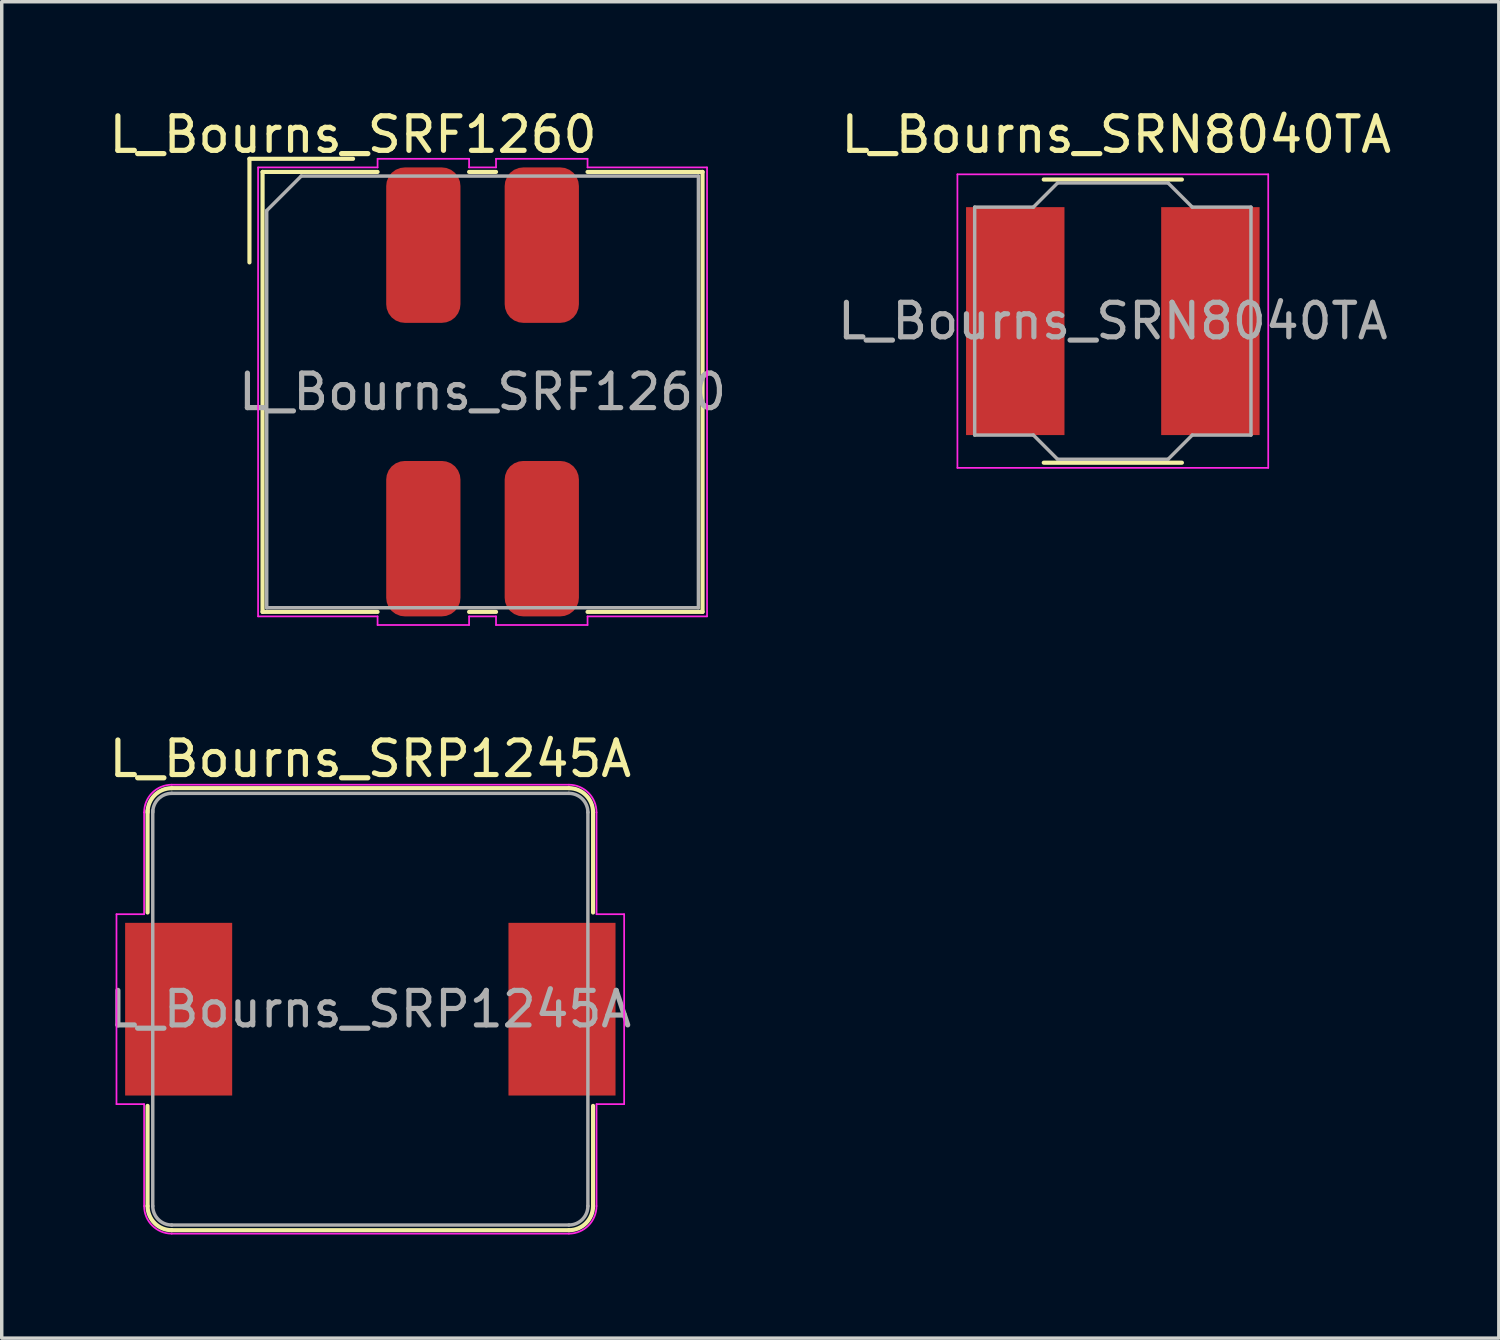
<source format=kicad_pcb>
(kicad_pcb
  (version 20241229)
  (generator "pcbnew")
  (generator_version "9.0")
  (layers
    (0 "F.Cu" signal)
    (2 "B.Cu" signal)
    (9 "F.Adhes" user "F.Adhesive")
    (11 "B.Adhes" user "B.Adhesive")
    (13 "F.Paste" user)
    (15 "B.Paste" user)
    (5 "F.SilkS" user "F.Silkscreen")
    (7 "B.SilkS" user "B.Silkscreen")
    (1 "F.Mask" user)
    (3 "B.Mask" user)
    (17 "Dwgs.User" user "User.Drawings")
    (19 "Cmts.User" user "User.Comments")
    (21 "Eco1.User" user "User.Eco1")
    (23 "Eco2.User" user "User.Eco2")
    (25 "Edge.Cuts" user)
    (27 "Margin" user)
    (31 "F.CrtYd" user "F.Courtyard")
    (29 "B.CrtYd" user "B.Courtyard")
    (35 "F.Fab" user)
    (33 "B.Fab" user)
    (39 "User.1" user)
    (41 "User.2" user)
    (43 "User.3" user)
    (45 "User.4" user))
  (footprint "L_Bourns_SRN8040TA"
    (layer "F.Cu")
    (at 29.173 6.248)
    (property "Reference" "L_Bourns_SRN8040TA" (at 0.1 -5.4 180) (layer "F.SilkS") (effects (font (size 1 1) (thickness 0.15))))
    (attr smd)
    (fp_line (start 2 -4.1) (end -2 -4.1) (stroke (width 0.12) (type solid)) (layer "F.SilkS"))
    (fp_line (start 2 4.1) (end -2 4.1) (stroke (width 0.12) (type solid)) (layer "F.SilkS"))
    (fp_line (start -4.5 -4.25) (end -4.5 4.25) (stroke (width 0.05) (type solid)) (layer "F.CrtYd"))
    (fp_line (start -4.5 4.25) (end 4.5 4.25) (stroke (width 0.05) (type solid)) (layer "F.CrtYd"))
    (fp_line (start 4.5 -4.25) (end -4.5 -4.25) (stroke (width 0.05) (type solid)) (layer "F.CrtYd"))
    (fp_line (start 4.5 4.25) (end 4.5 -4.25) (stroke (width 0.05) (type solid)) (layer "F.CrtYd"))
    (fp_line (start -4 3.3) (end -4 -3.3) (stroke (width 0.1) (type solid)) (layer "F.Fab"))
    (fp_line (start -2.3 -3.3) (end -4 -3.3) (stroke (width 0.1) (type solid)) (layer "F.Fab"))
    (fp_line (start -2.3 3.3) (end -4 3.3) (stroke (width 0.1) (type solid)) (layer "F.Fab"))
    (fp_line (start -1.6 -4) (end -2.3 -3.3) (stroke (width 0.1) (type solid)) (layer "F.Fab"))
    (fp_line (start -1.6 4) (end -2.3 3.3) (stroke (width 0.1) (type solid)) (layer "F.Fab"))
    (fp_line (start 1.6 -4) (end -1.6 -4) (stroke (width 0.1) (type solid)) (layer "F.Fab"))
    (fp_line (start 1.6 -4) (end 2.3 -3.3) (stroke (width 0.1) (type solid)) (layer "F.Fab"))
    (fp_line (start 1.6 4) (end -1.6 4) (stroke (width 0.1) (type solid)) (layer "F.Fab"))
    (fp_line (start 1.6 4) (end 2.3 3.3) (stroke (width 0.1) (type solid)) (layer "F.Fab"))
    (fp_line (start 2.3 -3.3) (end 4 -3.3) (stroke (width 0.1) (type solid)) (layer "F.Fab"))
    (fp_line (start 2.3 3.3) (end 4 3.3) (stroke (width 0.1) (type solid)) (layer "F.Fab"))
    (fp_line (start 4 -3.3) (end 4 3.3) (stroke (width 0.1) (type solid)) (layer "F.Fab"))
    (fp_text user "${REFERENCE}" (at 0 0 0) (layer "F.Fab") (effects (font (size 1 1) (thickness 0.15))))
    (pad "1" smd rect (at -2.825 0 270) (size 6.6 2.85) (layers "F.Cu" "F.Mask" "F.Paste"))
    (pad "2" smd rect (at 2.825 0 270) (size 6.6 2.85) (layers "F.Cu" "F.Mask" "F.Paste")))
  (footprint "L_Bourns_SRP1245A"
    (layer "F.Cu")
    (at 7.673 26.172)
    (property "Reference" "L_Bourns_SRP1245A" (at 0 -7.25 0) (layer "F.SilkS") (effects (font (size 1 1) (thickness 0.15))))
    (attr smd)
    (fp_line (start -6.45 -5.75) (end -6.45 -2.8) (stroke (width 0.12) (type solid)) (layer "F.SilkS"))
    (fp_line (start -6.45 2.8) (end -6.45 5.7) (stroke (width 0.12) (type solid)) (layer "F.SilkS"))
    (fp_line (start -5.75 -6.4) (end 5.75 -6.4) (stroke (width 0.12) (type solid)) (layer "F.SilkS"))
    (fp_line (start 5.75 6.4) (end -5.75 6.4) (stroke (width 0.12) (type solid)) (layer "F.SilkS"))
    (fp_line (start 6.45 -5.7) (end 6.45 -2.8) (stroke (width 0.12) (type solid)) (layer "F.SilkS"))
    (fp_line (start 6.45 2.8) (end 6.45 5.7) (stroke (width 0.12) (type solid)) (layer "F.SilkS"))
    (fp_arc (start -6.45 -5.7) (mid -6.244975 -6.194975) (end -5.75 -6.4) (stroke (width 0.12) (type solid)) (layer "F.SilkS"))
    (fp_arc (start -5.75 6.4) (mid -6.244975 6.194975) (end -6.45 5.7) (stroke (width 0.12) (type solid)) (layer "F.SilkS"))
    (fp_arc (start 5.75 -6.4) (mid 6.244975 -6.194975) (end 6.45 -5.7) (stroke (width 0.12) (type solid)) (layer "F.SilkS"))
    (fp_arc (start 6.45 5.7) (mid 6.244975 6.194975) (end 5.75 6.4) (stroke (width 0.12) (type solid)) (layer "F.SilkS"))
    (fp_line (start -7.35 -2.75) (end -6.55 -2.75) (stroke (width 0.05) (type solid)) (layer "F.CrtYd"))
    (fp_line (start -7.35 2.75) (end -7.35 -2.75) (stroke (width 0.05) (type solid)) (layer "F.CrtYd"))
    (fp_line (start -7.35 2.75) (end -6.55 2.75) (stroke (width 0.05) (type solid)) (layer "F.CrtYd"))
    (fp_line (start -6.55 -2.75) (end -6.55 -5.7) (stroke (width 0.05) (type solid)) (layer "F.CrtYd"))
    (fp_line (start -6.55 5.7) (end -6.55 2.75) (stroke (width 0.05) (type solid)) (layer "F.CrtYd"))
    (fp_line (start -5.75 -6.5) (end 5.75 -6.5) (stroke (width 0.05) (type solid)) (layer "F.CrtYd"))
    (fp_line (start 5.75 6.5) (end -5.75 6.5) (stroke (width 0.05) (type solid)) (layer "F.CrtYd"))
    (fp_line (start 6.55 -5.7) (end 6.55 -2.75) (stroke (width 0.05) (type solid)) (layer "F.CrtYd"))
    (fp_line (start 6.55 2.75) (end 6.55 5.7) (stroke (width 0.05) (type solid)) (layer "F.CrtYd"))
    (fp_line (start 7.35 -2.75) (end 6.55 -2.75) (stroke (width 0.05) (type solid)) (layer "F.CrtYd"))
    (fp_line (start 7.35 -2.75) (end 7.35 2.75) (stroke (width 0.05) (type solid)) (layer "F.CrtYd"))
    (fp_line (start 7.35 2.75) (end 6.55 2.75) (stroke (width 0.05) (type solid)) (layer "F.CrtYd"))
    (fp_arc (start -6.55 -5.7) (mid -6.315685 -6.265685) (end -5.75 -6.5) (stroke (width 0.05) (type solid)) (layer "F.CrtYd"))
    (fp_arc (start -5.75 6.5) (mid -6.315685 6.265685) (end -6.55 5.7) (stroke (width 0.05) (type solid)) (layer "F.CrtYd"))
    (fp_arc (start 5.75 -6.5) (mid 6.315685 -6.265685) (end 6.55 -5.7) (stroke (width 0.05) (type solid)) (layer "F.CrtYd"))
    (fp_arc (start 6.55 5.7) (mid 6.315685 6.265685) (end 5.75 6.5) (stroke (width 0.05) (type solid)) (layer "F.CrtYd"))
    (fp_line (start -6.3 -5.75) (end -6.3 5.7) (stroke (width 0.1) (type solid)) (layer "F.Fab"))
    (fp_line (start -5.75 -6.25) (end 5.75 -6.25) (stroke (width 0.1) (type solid)) (layer "F.Fab"))
    (fp_line (start 5.75 6.25) (end -5.75 6.25) (stroke (width 0.1) (type solid)) (layer "F.Fab"))
    (fp_line (start 6.3 -5.7) (end 6.3 5.7) (stroke (width 0.1) (type solid)) (layer "F.Fab"))
    (fp_arc (start -6.3 -5.7) (mid -6.138909 -6.088909) (end -5.75 -6.25) (stroke (width 0.1) (type solid)) (layer "F.Fab"))
    (fp_arc (start -5.75 6.25) (mid -6.138909 6.088909) (end -6.3 5.7) (stroke (width 0.1) (type solid)) (layer "F.Fab"))
    (fp_arc (start 5.75 -6.25) (mid 6.138909 -6.088909) (end 6.3 -5.7) (stroke (width 0.1) (type solid)) (layer "F.Fab"))
    (fp_arc (start 6.3 5.7) (mid 6.138909 6.088909) (end 5.75 6.25) (stroke (width 0.1) (type solid)) (layer "F.Fab"))
    (fp_text user "${REFERENCE}" (at 0 0 0) (layer "F.Fab") (effects (font (size 1 1) (thickness 0.15))))
    (pad "1" smd rect (at -5.55 0) (size 3.1 5) (layers "F.Cu" "F.Mask" "F.Paste"))
    (pad "2" smd rect (at 5.55 0) (size 3.1 5) (layers "F.Cu" "F.Mask" "F.Paste")))
  (footprint "L_Bourns_SRF1260"
    (layer "F.Cu")
    (at 10.923 8.298)
    (property "Reference" "L_Bourns_SRF1260" (at -3.75 -7.45 0) (layer "F.SilkS") (effects (font (size 1 1) (thickness 0.15))))
    (attr smd)
    (fp_line (start -6.75 -6.75) (end -3.75 -6.75) (stroke (width 0.12) (type solid)) (layer "F.SilkS"))
    (fp_line (start -6.75 -3.75) (end -6.75 -6.75) (stroke (width 0.12) (type solid)) (layer "F.SilkS"))
    (fp_line (start -6.37 -6.37) (end -6.37 6.37) (stroke (width 0.12) (type solid)) (layer "F.SilkS"))
    (fp_line (start -6.37 -6.37) (end -3.04 -6.37) (stroke (width 0.12) (type solid)) (layer "F.SilkS"))
    (fp_line (start -6.37 6.37) (end -3.04 6.37) (stroke (width 0.12) (type solid)) (layer "F.SilkS"))
    (fp_line (start -0.39 -6.37) (end 0.39 -6.37) (stroke (width 0.12) (type solid)) (layer "F.SilkS"))
    (fp_line (start -0.39 6.37) (end 0.39 6.37) (stroke (width 0.12) (type solid)) (layer "F.SilkS"))
    (fp_line (start 3.04 -6.37) (end 6.37 -6.37) (stroke (width 0.12) (type solid)) (layer "F.SilkS"))
    (fp_line (start 3.04 6.37) (end 6.37 6.37) (stroke (width 0.12) (type solid)) (layer "F.SilkS"))
    (fp_line (start 6.37 -6.37) (end 6.37 6.37) (stroke (width 0.12) (type solid)) (layer "F.SilkS"))
    (fp_line (start -6.5 -6.5) (end -6.5 6.5) (stroke (width 0.05) (type solid)) (layer "F.CrtYd"))
    (fp_line (start -6.5 -6.5) (end -3.04 -6.5) (stroke (width 0.05) (type solid)) (layer "F.CrtYd"))
    (fp_line (start -6.5 6.5) (end -3.04 6.5) (stroke (width 0.05) (type solid)) (layer "F.CrtYd"))
    (fp_line (start -3.04 -6.75) (end -0.39 -6.75) (stroke (width 0.05) (type solid)) (layer "F.CrtYd"))
    (fp_line (start -3.04 -6.5) (end -3.04 -6.75) (stroke (width 0.05) (type solid)) (layer "F.CrtYd"))
    (fp_line (start -3.04 6.5) (end -3.04 6.75) (stroke (width 0.05) (type solid)) (layer "F.CrtYd"))
    (fp_line (start -3.04 6.75) (end -0.39 6.75) (stroke (width 0.05) (type solid)) (layer "F.CrtYd"))
    (fp_line (start -0.39 -6.75) (end -0.39 -6.5) (stroke (width 0.05) (type solid)) (layer "F.CrtYd"))
    (fp_line (start -0.39 -6.5) (end 0.39 -6.5) (stroke (width 0.05) (type solid)) (layer "F.CrtYd"))
    (fp_line (start -0.39 6.5) (end 0.39 6.5) (stroke (width 0.05) (type solid)) (layer "F.CrtYd"))
    (fp_line (start -0.39 6.75) (end -0.39 6.5) (stroke (width 0.05) (type solid)) (layer "F.CrtYd"))
    (fp_line (start 0.39 -6.75) (end 3.04 -6.75) (stroke (width 0.05) (type solid)) (layer "F.CrtYd"))
    (fp_line (start 0.39 -6.5) (end 0.39 -6.75) (stroke (width 0.05) (type solid)) (layer "F.CrtYd"))
    (fp_line (start 0.39 6.5) (end 0.39 6.75) (stroke (width 0.05) (type solid)) (layer "F.CrtYd"))
    (fp_line (start 0.39 6.75) (end 3.04 6.75) (stroke (width 0.05) (type solid)) (layer "F.CrtYd"))
    (fp_line (start 3.04 -6.75) (end 3.04 -6.5) (stroke (width 0.05) (type solid)) (layer "F.CrtYd"))
    (fp_line (start 3.04 -6.5) (end 6.5 -6.5) (stroke (width 0.05) (type solid)) (layer "F.CrtYd"))
    (fp_line (start 3.04 6.5) (end 6.5 6.5) (stroke (width 0.05) (type solid)) (layer "F.CrtYd"))
    (fp_line (start 3.04 6.75) (end 3.04 6.5) (stroke (width 0.05) (type solid)) (layer "F.CrtYd"))
    (fp_line (start 6.5 -6.5) (end 6.5 6.5) (stroke (width 0.05) (type solid)) (layer "F.CrtYd"))
    (fp_line (start -6.25 -5.25) (end -5.25 -6.25) (stroke (width 0.1) (type solid)) (layer "F.Fab"))
    (fp_line (start -6.25 6.25) (end -6.25 -5.25) (stroke (width 0.1) (type solid)) (layer "F.Fab"))
    (fp_line (start -5.25 -6.25) (end 6.25 -6.25) (stroke (width 0.1) (type solid)) (layer "F.Fab"))
    (fp_line (start 6.25 -6.25) (end 6.25 6.25) (stroke (width 0.1) (type solid)) (layer "F.Fab"))
    (fp_line (start 6.25 6.25) (end -6.25 6.25) (stroke (width 0.1) (type solid)) (layer "F.Fab"))
    (fp_text user "${REFERENCE}" (at 0 0 0) (layer "F.Fab") (effects (font (size 1 1) (thickness 0.15))))
    (pad "1" smd roundrect (at -1.715 -4.25) (size 2.15 4.5) (layers "F.Cu" "F.Mask" "F.Paste") (roundrect_rratio 0.25))
    (pad "2" smd roundrect (at 1.715 -4.25) (size 2.15 4.5) (layers "F.Cu" "F.Mask" "F.Paste") (roundrect_rratio 0.25))
    (pad "3" smd roundrect (at 1.715 4.25) (size 2.15 4.5) (layers "F.Cu" "F.Mask" "F.Paste") (roundrect_rratio 0.25))
    (pad "4" smd roundrect (at -1.715 4.25) (size 2.15 4.5) (layers "F.Cu" "F.Mask" "F.Paste") (roundrect_rratio 0.25)))
  (gr_rect
    (start -3 -3)
    (end 40.35 35.697)
    (stroke (width 0.1) (type default))
    (fill no)
    (layer "Edge.Cuts")))
</source>
